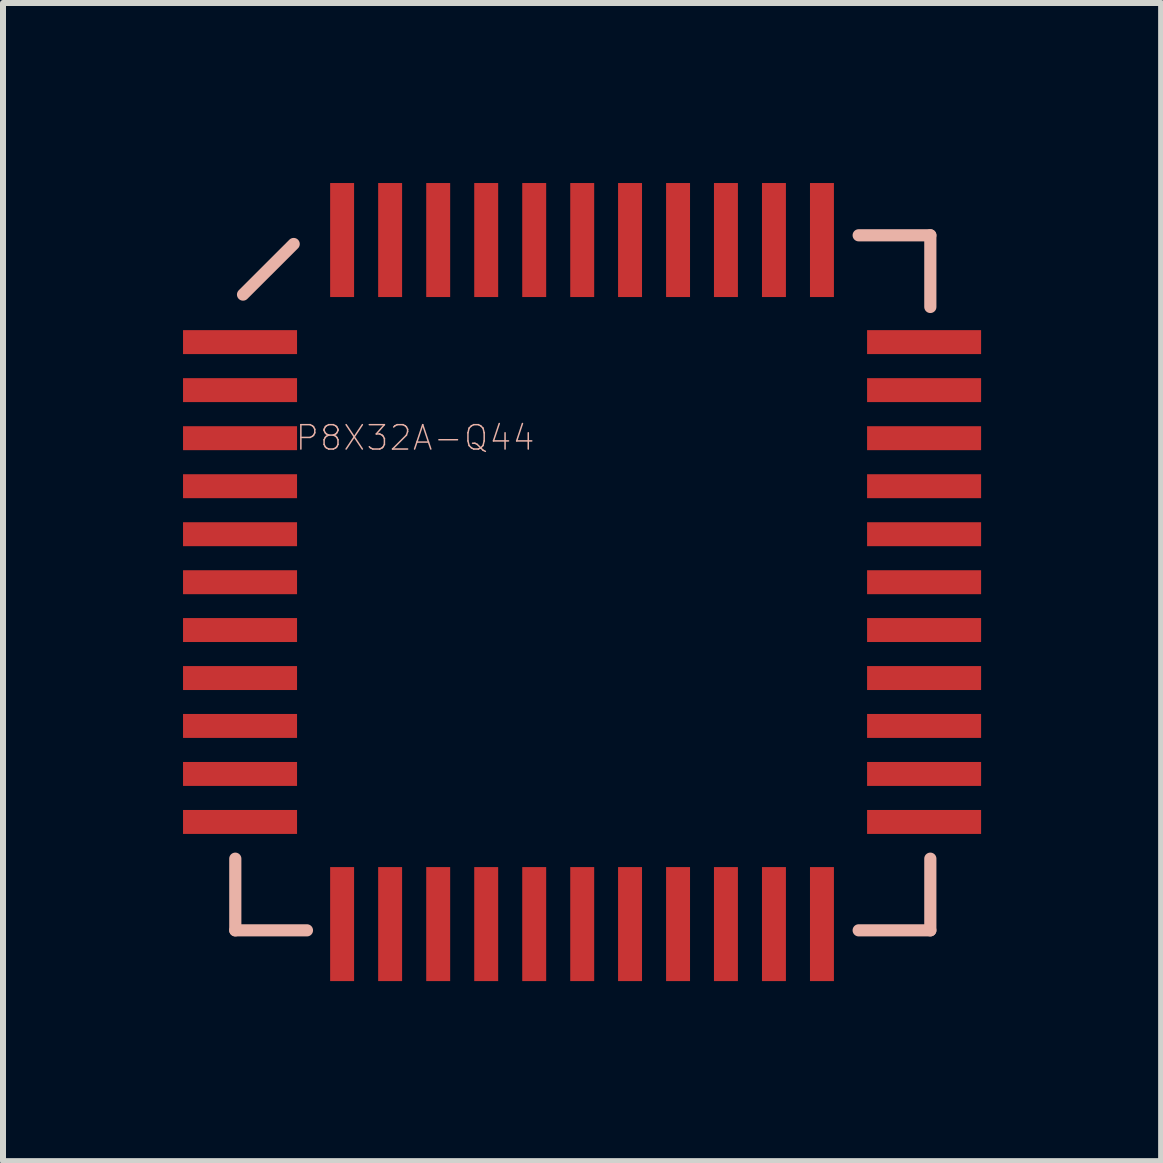
<source format=kicad_pcb>
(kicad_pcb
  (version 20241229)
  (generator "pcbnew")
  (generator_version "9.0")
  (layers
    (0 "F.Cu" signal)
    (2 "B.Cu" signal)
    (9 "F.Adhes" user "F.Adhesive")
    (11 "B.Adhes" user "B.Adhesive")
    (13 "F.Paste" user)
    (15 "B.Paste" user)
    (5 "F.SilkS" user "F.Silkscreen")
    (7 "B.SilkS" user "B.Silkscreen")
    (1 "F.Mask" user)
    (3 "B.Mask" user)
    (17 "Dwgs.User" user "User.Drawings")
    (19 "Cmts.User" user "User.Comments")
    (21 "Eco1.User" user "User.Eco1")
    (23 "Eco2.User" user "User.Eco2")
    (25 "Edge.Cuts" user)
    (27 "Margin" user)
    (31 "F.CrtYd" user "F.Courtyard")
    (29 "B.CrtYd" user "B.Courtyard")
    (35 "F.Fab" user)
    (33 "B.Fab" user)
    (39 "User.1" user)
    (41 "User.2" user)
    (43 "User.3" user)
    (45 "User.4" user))
  (footprint "P8X32A-Q44"
    (layer "F.Cu")
    (at 6.662 6.662)
    (property "Reference" "P8X32A-Q44" (at -2.794 -2.416 0) (layer "B.SilkS") (effects (font (size 0.406 0.406) (thickness 0.025))))
    (attr smd)
    (fp_line (start -5.791 4.597) (end -5.791 5.791) (stroke (width 0.203) (type solid)) (layer "B.SilkS"))
    (fp_line (start -5.791 5.791) (end -4.597 5.791) (stroke (width 0.203) (type solid)) (layer "B.SilkS"))
    (fp_line (start -5.662 -4.803) (end -4.818 -5.646) (stroke (width 0.203) (type solid)) (layer "B.SilkS"))
    (fp_line (start 4.597 5.791) (end 5.791 5.791) (stroke (width 0.203) (type solid)) (layer "B.SilkS"))
    (fp_line (start 5.791 -5.791) (end 4.597 -5.791) (stroke (width 0.203) (type solid)) (layer "B.SilkS"))
    (fp_line (start 5.791 -4.597) (end 5.791 -5.791) (stroke (width 0.203) (type solid)) (layer "B.SilkS"))
    (fp_line (start 5.791 5.791) (end 5.791 4.597) (stroke (width 0.203) (type solid)) (layer "B.SilkS"))
    (pad "1" smd rect (at -5.712 -4.011 90) (size 0.399 1.9) (layers "F.Cu" "F.Mask" "F.Paste"))
    (pad "2" smd rect (at -5.712 -3.211 90) (size 0.399 1.9) (layers "F.Cu" "F.Mask" "F.Paste"))
    (pad "3" smd rect (at -5.712 -2.41 90) (size 0.399 1.9) (layers "F.Cu" "F.Mask" "F.Paste"))
    (pad "4" smd rect (at -5.712 -1.61 90) (size 0.399 1.9) (layers "F.Cu" "F.Mask" "F.Paste"))
    (pad "5" smd rect (at -5.712 -0.81 90) (size 0.399 1.9) (layers "F.Cu" "F.Mask" "F.Paste"))
    (pad "6" smd rect (at -5.712 -0.01 90) (size 0.399 1.9) (layers "F.Cu" "F.Mask" "F.Paste"))
    (pad "7" smd rect (at -5.712 0.787 90) (size 0.399 1.9) (layers "F.Cu" "F.Mask" "F.Paste"))
    (pad "8" smd rect (at -5.712 1.587 90) (size 0.399 1.9) (layers "F.Cu" "F.Mask" "F.Paste"))
    (pad "9" smd rect (at -5.712 2.385 90) (size 0.399 1.9) (layers "F.Cu" "F.Mask" "F.Paste"))
    (pad "10" smd rect (at -5.712 3.185 90) (size 0.399 1.9) (layers "F.Cu" "F.Mask" "F.Paste"))
    (pad "11" smd rect (at -5.712 3.985 90) (size 0.399 1.9) (layers "F.Cu" "F.Mask" "F.Paste"))
    (pad "12" smd rect (at -4.011 5.687) (size 0.399 1.9) (layers "F.Cu" "F.Mask" "F.Paste"))
    (pad "13" smd rect (at -3.211 5.687) (size 0.399 1.9) (layers "F.Cu" "F.Mask" "F.Paste"))
    (pad "14" smd rect (at -2.41 5.687) (size 0.399 1.9) (layers "F.Cu" "F.Mask" "F.Paste"))
    (pad "15" smd rect (at -1.61 5.687) (size 0.399 1.9) (layers "F.Cu" "F.Mask" "F.Paste"))
    (pad "16" smd rect (at -0.81 5.687) (size 0.399 1.9) (layers "F.Cu" "F.Mask" "F.Paste"))
    (pad "17" smd rect (at -0.01 5.687) (size 0.399 1.9) (layers "F.Cu" "F.Mask" "F.Paste"))
    (pad "18" smd rect (at 0.787 5.687) (size 0.399 1.9) (layers "F.Cu" "F.Mask" "F.Paste"))
    (pad "19" smd rect (at 1.587 5.687) (size 0.399 1.9) (layers "F.Cu" "F.Mask" "F.Paste"))
    (pad "20" smd rect (at 2.385 5.687) (size 0.399 1.9) (layers "F.Cu" "F.Mask" "F.Paste"))
    (pad "21" smd rect (at 3.185 5.687) (size 0.399 1.9) (layers "F.Cu" "F.Mask" "F.Paste"))
    (pad "22" smd rect (at 3.985 5.687) (size 0.399 1.9) (layers "F.Cu" "F.Mask" "F.Paste"))
    (pad "23" smd rect (at 5.687 3.985 90) (size 0.399 1.9) (layers "F.Cu" "F.Mask" "F.Paste"))
    (pad "24" smd rect (at 5.687 3.185 90) (size 0.399 1.9) (layers "F.Cu" "F.Mask" "F.Paste"))
    (pad "25" smd rect (at 5.687 2.385 90) (size 0.399 1.9) (layers "F.Cu" "F.Mask" "F.Paste"))
    (pad "26" smd rect (at 5.687 1.587 90) (size 0.399 1.9) (layers "F.Cu" "F.Mask" "F.Paste"))
    (pad "27" smd rect (at 5.687 0.787 90) (size 0.399 1.9) (layers "F.Cu" "F.Mask" "F.Paste"))
    (pad "28" smd rect (at 5.687 -0.01 90) (size 0.399 1.9) (layers "F.Cu" "F.Mask" "F.Paste"))
    (pad "29" smd rect (at 5.687 -0.81 90) (size 0.399 1.9) (layers "F.Cu" "F.Mask" "F.Paste"))
    (pad "30" smd rect (at 5.687 -1.61 90) (size 0.399 1.9) (layers "F.Cu" "F.Mask" "F.Paste"))
    (pad "31" smd rect (at 5.687 -2.41 90) (size 0.399 1.9) (layers "F.Cu" "F.Mask" "F.Paste"))
    (pad "32" smd rect (at 5.687 -3.211 90) (size 0.399 1.9) (layers "F.Cu" "F.Mask" "F.Paste"))
    (pad "33" smd rect (at 5.687 -4.011 90) (size 0.399 1.9) (layers "F.Cu" "F.Mask" "F.Paste"))
    (pad "34" smd rect (at 3.985 -5.712 180) (size 0.399 1.9) (layers "F.Cu" "F.Mask" "F.Paste"))
    (pad "35" smd rect (at 3.185 -5.712 180) (size 0.399 1.9) (layers "F.Cu" "F.Mask" "F.Paste"))
    (pad "36" smd rect (at 2.385 -5.712 180) (size 0.399 1.9) (layers "F.Cu" "F.Mask" "F.Paste"))
    (pad "37" smd rect (at 1.587 -5.712 180) (size 0.399 1.9) (layers "F.Cu" "F.Mask" "F.Paste"))
    (pad "38" smd rect (at 0.787 -5.712 180) (size 0.399 1.9) (layers "F.Cu" "F.Mask" "F.Paste"))
    (pad "39" smd rect (at -0.01 -5.712 180) (size 0.399 1.9) (layers "F.Cu" "F.Mask" "F.Paste"))
    (pad "40" smd rect (at -0.81 -5.712 180) (size 0.399 1.9) (layers "F.Cu" "F.Mask" "F.Paste"))
    (pad "41" smd rect (at -1.61 -5.712 180) (size 0.399 1.9) (layers "F.Cu" "F.Mask" "F.Paste"))
    (pad "42" smd rect (at -2.41 -5.712 180) (size 0.399 1.9) (layers "F.Cu" "F.Mask" "F.Paste"))
    (pad "43" smd rect (at -3.211 -5.712 180) (size 0.399 1.9) (layers "F.Cu" "F.Mask" "F.Paste"))
    (pad "44" smd rect (at -4.011 -5.712 180) (size 0.399 1.9) (layers "F.Cu" "F.Mask" "F.Paste")))
  (gr_rect
    (start -3 -3)
    (end 16.299 16.299)
    (stroke (width 0.1) (type default))
    (fill no)
    (layer "Edge.Cuts")))
</source>
